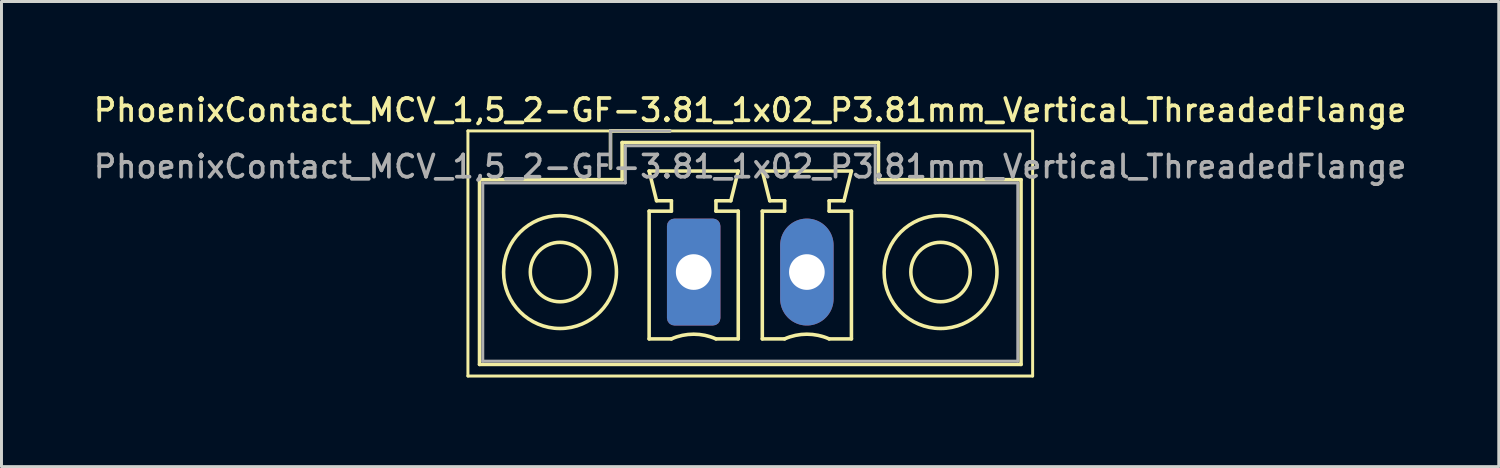
<source format=kicad_pcb>
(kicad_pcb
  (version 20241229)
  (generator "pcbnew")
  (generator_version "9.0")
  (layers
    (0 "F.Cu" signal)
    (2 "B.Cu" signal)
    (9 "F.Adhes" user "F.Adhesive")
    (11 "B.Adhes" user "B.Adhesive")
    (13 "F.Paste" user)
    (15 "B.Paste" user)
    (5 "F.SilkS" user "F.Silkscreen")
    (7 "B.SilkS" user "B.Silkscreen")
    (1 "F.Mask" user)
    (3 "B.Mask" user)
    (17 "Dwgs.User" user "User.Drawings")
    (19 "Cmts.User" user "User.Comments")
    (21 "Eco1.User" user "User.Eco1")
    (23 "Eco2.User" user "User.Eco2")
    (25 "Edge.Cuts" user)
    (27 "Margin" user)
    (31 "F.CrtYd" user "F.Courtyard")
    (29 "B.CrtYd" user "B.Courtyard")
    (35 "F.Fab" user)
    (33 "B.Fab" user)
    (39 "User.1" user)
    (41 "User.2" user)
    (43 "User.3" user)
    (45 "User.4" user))
  (footprint "PhoenixContact_MCV_1,5_2-GF-3.81_1x02_P3.81mm_Vertical_ThreadedFlange"
    (layer "F.Cu")
    (at 20.302 6.108)
    (property "Reference" "PhoenixContact_MCV_1,5_2-GF-3.81_1x02_P3.81mm_Vertical_ThreadedFlange" (at 1.9 -5.45 0) (layer "F.SilkS") (effects (font (size 0.75 0.75) (thickness 0.125))))
    (attr through_hole)
    (fp_line (start -7.6 -4.75) (end -7.6 3.5) (stroke (width 0.1) (type solid)) (layer "F.SilkS"))
    (fp_line (start -7.6 3.5) (end 11.41 3.5) (stroke (width 0.1) (type solid)) (layer "F.SilkS"))
    (fp_line (start -7.21 -3.11) (end -7.21 3.11) (stroke (width 0.12) (type solid)) (layer "F.SilkS"))
    (fp_line (start -7.21 3.11) (end 11.02 3.11) (stroke (width 0.12) (type solid)) (layer "F.SilkS"))
    (fp_line (start -2.8 -4.75) (end -0.8 -4.75) (stroke (width 0.12) (type solid)) (layer "F.SilkS"))
    (fp_line (start -2.8 -3.5) (end -2.8 -4.75) (stroke (width 0.12) (type solid)) (layer "F.SilkS"))
    (fp_line (start -2.41 -4.36) (end -2.41 -3.11) (stroke (width 0.12) (type solid)) (layer "F.SilkS"))
    (fp_line (start -2.41 -3.11) (end -7.21 -3.11) (stroke (width 0.12) (type solid)) (layer "F.SilkS"))
    (fp_line (start -1.5 -3.4) (end 1.5 -3.4) (stroke (width 0.12) (type solid)) (layer "F.SilkS"))
    (fp_line (start -1.5 -2.05) (end -0.75 -2.05) (stroke (width 0.12) (type solid)) (layer "F.SilkS"))
    (fp_line (start -1.5 2.25) (end -1.5 -2.05) (stroke (width 0.12) (type solid)) (layer "F.SilkS"))
    (fp_line (start -1.25 -2.4) (end -1.5 -3.4) (stroke (width 0.12) (type solid)) (layer "F.SilkS"))
    (fp_line (start -0.75 -2.4) (end -1.25 -2.4) (stroke (width 0.12) (type solid)) (layer "F.SilkS"))
    (fp_line (start -0.75 -2.05) (end -0.75 -2.4) (stroke (width 0.12) (type solid)) (layer "F.SilkS"))
    (fp_line (start -0.75 2.25) (end -1.5 2.25) (stroke (width 0.12) (type solid)) (layer "F.SilkS"))
    (fp_line (start 0.75 -2.4) (end 0.75 -2.05) (stroke (width 0.12) (type solid)) (layer "F.SilkS"))
    (fp_line (start 0.75 -2.05) (end 1.5 -2.05) (stroke (width 0.12) (type solid)) (layer "F.SilkS"))
    (fp_line (start 1.25 -2.4) (end 0.75 -2.4) (stroke (width 0.12) (type solid)) (layer "F.SilkS"))
    (fp_line (start 1.5 -3.4) (end 1.25 -2.4) (stroke (width 0.12) (type solid)) (layer "F.SilkS"))
    (fp_line (start 1.5 -2.05) (end 1.5 2.25) (stroke (width 0.12) (type solid)) (layer "F.SilkS"))
    (fp_line (start 1.5 2.25) (end 0.75 2.25) (stroke (width 0.12) (type solid)) (layer "F.SilkS"))
    (fp_line (start 2.31 -3.4) (end 5.31 -3.4) (stroke (width 0.12) (type solid)) (layer "F.SilkS"))
    (fp_line (start 2.31 -2.05) (end 3.06 -2.05) (stroke (width 0.12) (type solid)) (layer "F.SilkS"))
    (fp_line (start 2.31 2.25) (end 2.31 -2.05) (stroke (width 0.12) (type solid)) (layer "F.SilkS"))
    (fp_line (start 2.56 -2.4) (end 2.31 -3.4) (stroke (width 0.12) (type solid)) (layer "F.SilkS"))
    (fp_line (start 3.06 -2.4) (end 2.56 -2.4) (stroke (width 0.12) (type solid)) (layer "F.SilkS"))
    (fp_line (start 3.06 -2.05) (end 3.06 -2.4) (stroke (width 0.12) (type solid)) (layer "F.SilkS"))
    (fp_line (start 3.06 2.25) (end 2.31 2.25) (stroke (width 0.12) (type solid)) (layer "F.SilkS"))
    (fp_line (start 4.56 -2.4) (end 4.56 -2.05) (stroke (width 0.12) (type solid)) (layer "F.SilkS"))
    (fp_line (start 4.56 -2.05) (end 5.31 -2.05) (stroke (width 0.12) (type solid)) (layer "F.SilkS"))
    (fp_line (start 5.06 -2.4) (end 4.56 -2.4) (stroke (width 0.12) (type solid)) (layer "F.SilkS"))
    (fp_line (start 5.31 -3.4) (end 5.06 -2.4) (stroke (width 0.12) (type solid)) (layer "F.SilkS"))
    (fp_line (start 5.31 -2.05) (end 5.31 2.25) (stroke (width 0.12) (type solid)) (layer "F.SilkS"))
    (fp_line (start 5.31 2.25) (end 4.56 2.25) (stroke (width 0.12) (type solid)) (layer "F.SilkS"))
    (fp_line (start 6.22 -4.36) (end -2.41 -4.36) (stroke (width 0.12) (type solid)) (layer "F.SilkS"))
    (fp_line (start 6.22 -3.11) (end 6.22 -4.36) (stroke (width 0.12) (type solid)) (layer "F.SilkS"))
    (fp_line (start 11.02 -3.11) (end 6.22 -3.11) (stroke (width 0.12) (type solid)) (layer "F.SilkS"))
    (fp_line (start 11.02 3.11) (end 11.02 -3.11) (stroke (width 0.12) (type solid)) (layer "F.SilkS"))
    (fp_line (start 11.41 -4.75) (end -7.6 -4.75) (stroke (width 0.1) (type solid)) (layer "F.SilkS"))
    (fp_line (start 11.41 3.5) (end 11.41 -4.75) (stroke (width 0.1) (type solid)) (layer "F.SilkS"))
    (fp_arc (start -0.75 2.25) (mid -0.000193 2.09191) (end 0.749647 2.249844) (stroke (width 0.12) (type solid)) (layer "F.SilkS"))
    (fp_arc (start 3.06 2.25) (mid 3.809807 2.09191) (end 4.559647 2.249844) (stroke (width 0.12) (type solid)) (layer "F.SilkS"))
    (fp_circle (center -4.5 0) (end -3.5 0) (stroke (width 0.12) (type solid)) (fill no) (layer "F.SilkS"))
    (fp_circle (center -4.5 0) (end -2.6 0) (stroke (width 0.12) (type solid)) (fill no) (layer "F.SilkS"))
    (fp_circle (center 8.31 0) (end 9.31 0) (stroke (width 0.12) (type solid)) (fill no) (layer "F.SilkS"))
    (fp_circle (center 8.31 0) (end 10.21 0) (stroke (width 0.12) (type solid)) (fill no) (layer "F.SilkS"))
    (fp_line (start -7.1 -3) (end -7.1 3) (stroke (width 0.1) (type solid)) (layer "F.Fab"))
    (fp_line (start -7.1 3) (end 10.91 3) (stroke (width 0.1) (type solid)) (layer "F.Fab"))
    (fp_line (start -2.8 -4.75) (end -0.8 -4.75) (stroke (width 0.1) (type solid)) (layer "F.Fab"))
    (fp_line (start -2.8 -3.5) (end -2.8 -4.75) (stroke (width 0.1) (type solid)) (layer "F.Fab"))
    (fp_line (start -2.3 -4.25) (end -2.3 -3) (stroke (width 0.1) (type solid)) (layer "F.Fab"))
    (fp_line (start -2.3 -3) (end -7.1 -3) (stroke (width 0.1) (type solid)) (layer "F.Fab"))
    (fp_line (start 6.11 -4.25) (end -2.3 -4.25) (stroke (width 0.1) (type solid)) (layer "F.Fab"))
    (fp_line (start 6.11 -3) (end 6.11 -4.25) (stroke (width 0.1) (type solid)) (layer "F.Fab"))
    (fp_line (start 10.91 -3) (end 6.11 -3) (stroke (width 0.1) (type solid)) (layer "F.Fab"))
    (fp_line (start 10.91 3) (end 10.91 -3) (stroke (width 0.1) (type solid)) (layer "F.Fab"))
    (fp_text user "${REFERENCE}" (at 1.9 -3.55 0) (layer "F.Fab") (effects (font (size 0.75 0.75) (thickness 0.125))))
    (pad "1" thru_hole roundrect (at 0 0) (size 1.8 3.6) (drill 1.2) (layers "*.Cu" "*.Mask") (roundrect_rratio 0.139))
    (pad "2" thru_hole oval (at 3.81 0) (size 1.8 3.6) (drill 1.2) (layers "*.Cu" "*.Mask")))
  (gr_rect
    (start -3 -3)
    (end 47.404 12.658)
    (stroke (width 0.1) (type default))
    (fill no)
    (layer "Edge.Cuts")))
</source>
